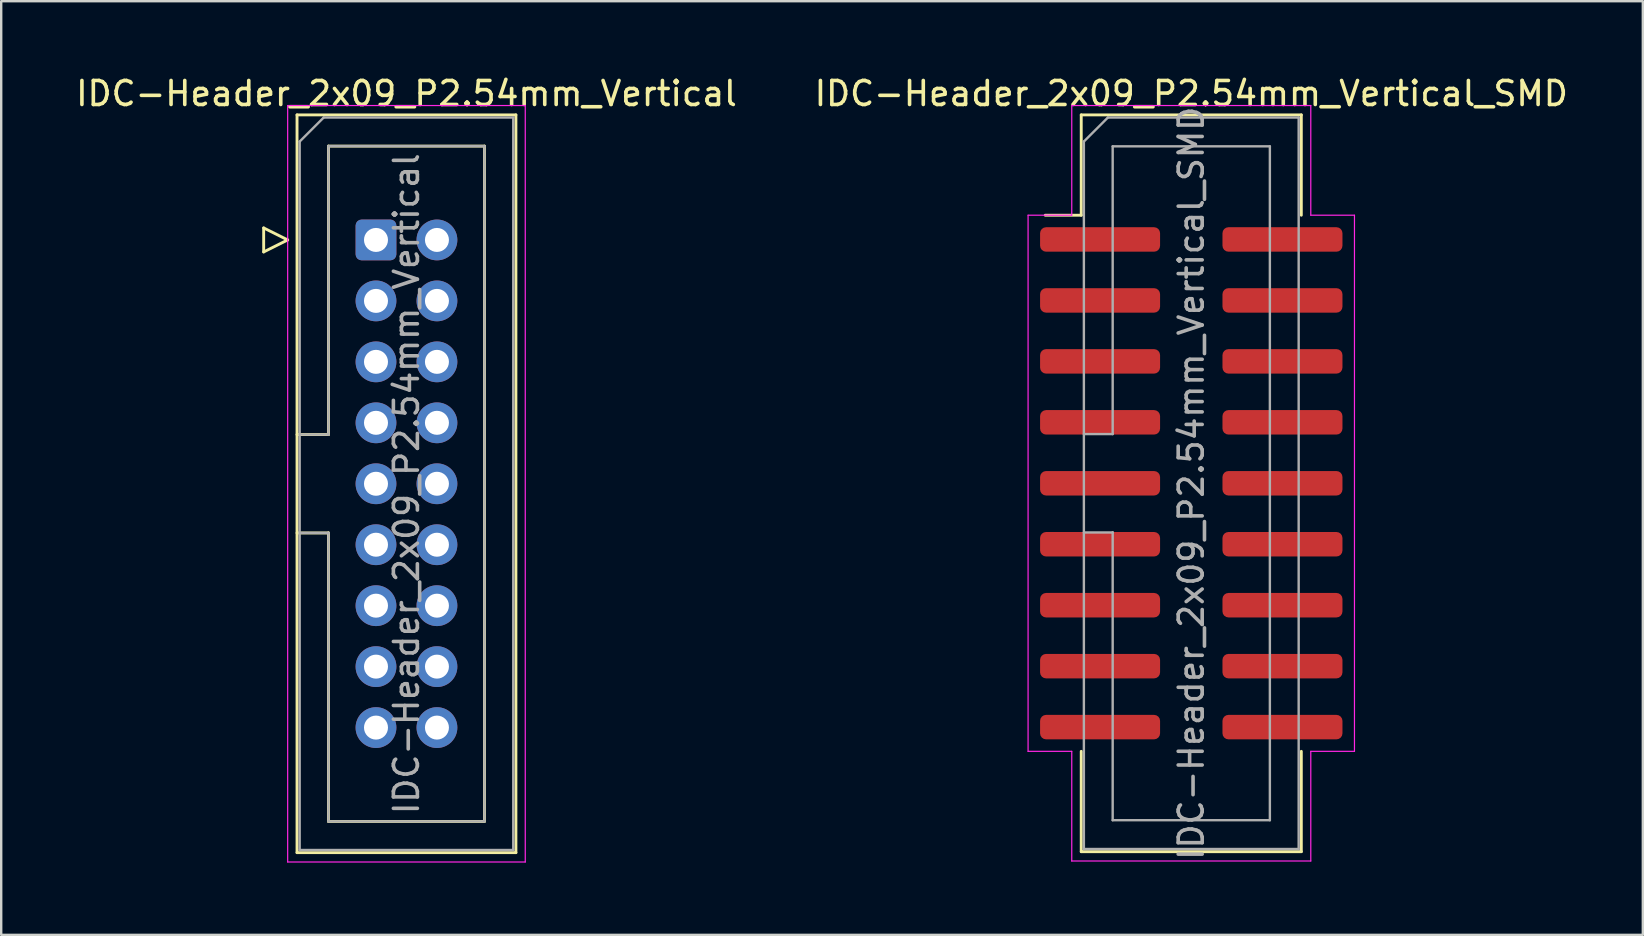
<source format=kicad_pcb>
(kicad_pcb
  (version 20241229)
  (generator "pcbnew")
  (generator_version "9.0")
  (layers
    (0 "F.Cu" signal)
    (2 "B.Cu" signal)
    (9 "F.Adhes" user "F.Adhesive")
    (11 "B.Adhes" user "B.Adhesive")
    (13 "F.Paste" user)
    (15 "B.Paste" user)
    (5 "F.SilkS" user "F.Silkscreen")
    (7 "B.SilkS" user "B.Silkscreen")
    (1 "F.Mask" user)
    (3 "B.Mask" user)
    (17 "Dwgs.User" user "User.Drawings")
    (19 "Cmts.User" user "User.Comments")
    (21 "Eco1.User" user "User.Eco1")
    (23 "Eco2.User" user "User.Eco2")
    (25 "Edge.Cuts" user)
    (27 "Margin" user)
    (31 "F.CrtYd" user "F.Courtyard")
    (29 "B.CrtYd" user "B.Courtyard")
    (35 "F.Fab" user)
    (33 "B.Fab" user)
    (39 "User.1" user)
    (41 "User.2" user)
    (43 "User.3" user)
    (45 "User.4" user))
  (footprint "IDC-Header_2x09_P2.54mm_Vertical"
    (layer "F.Cu")
    (at 12.617 6.948)
    (property "Reference" "IDC-Header_2x09_P2.54mm_Vertical" (at 1.27 -6.1 0) (layer "F.SilkS") (effects (font (size 1 1) (thickness 0.15))))
    (attr through_hole)
    (fp_line (start -4.68 -0.5) (end -4.68 0.5) (stroke (width 0.12) (type solid)) (layer "F.SilkS"))
    (fp_line (start -4.68 0.5) (end -3.68 0) (stroke (width 0.12) (type solid)) (layer "F.SilkS"))
    (fp_line (start -3.68 0) (end -4.68 -0.5) (stroke (width 0.12) (type solid)) (layer "F.SilkS"))
    (fp_line (start -3.29 -5.21) (end 5.83 -5.21) (stroke (width 0.12) (type solid)) (layer "F.SilkS"))
    (fp_line (start -3.29 8.11) (end -1.98 8.11) (stroke (width 0.12) (type solid)) (layer "F.SilkS"))
    (fp_line (start -3.29 25.53) (end -3.29 -5.21) (stroke (width 0.12) (type solid)) (layer "F.SilkS"))
    (fp_line (start -1.98 -3.91) (end 4.52 -3.91) (stroke (width 0.12) (type solid)) (layer "F.SilkS"))
    (fp_line (start -1.98 8.11) (end -1.98 -3.91) (stroke (width 0.12) (type solid)) (layer "F.SilkS"))
    (fp_line (start -1.98 12.21) (end -3.29 12.21) (stroke (width 0.12) (type solid)) (layer "F.SilkS"))
    (fp_line (start -1.98 12.21) (end -1.98 12.21) (stroke (width 0.12) (type solid)) (layer "F.SilkS"))
    (fp_line (start -1.98 24.23) (end -1.98 12.21) (stroke (width 0.12) (type solid)) (layer "F.SilkS"))
    (fp_line (start 4.52 -3.91) (end 4.52 24.23) (stroke (width 0.12) (type solid)) (layer "F.SilkS"))
    (fp_line (start 4.52 24.23) (end -1.98 24.23) (stroke (width 0.12) (type solid)) (layer "F.SilkS"))
    (fp_line (start 5.83 -5.21) (end 5.83 25.53) (stroke (width 0.12) (type solid)) (layer "F.SilkS"))
    (fp_line (start 5.83 25.53) (end -3.29 25.53) (stroke (width 0.12) (type solid)) (layer "F.SilkS"))
    (fp_line (start -3.68 -5.6) (end -3.68 25.92) (stroke (width 0.05) (type solid)) (layer "F.CrtYd"))
    (fp_line (start -3.68 25.92) (end 6.22 25.92) (stroke (width 0.05) (type solid)) (layer "F.CrtYd"))
    (fp_line (start 6.22 -5.6) (end -3.68 -5.6) (stroke (width 0.05) (type solid)) (layer "F.CrtYd"))
    (fp_line (start 6.22 25.92) (end 6.22 -5.6) (stroke (width 0.05) (type solid)) (layer "F.CrtYd"))
    (fp_line (start -3.18 -4.1) (end -2.18 -5.1) (stroke (width 0.1) (type solid)) (layer "F.Fab"))
    (fp_line (start -3.18 8.11) (end -1.98 8.11) (stroke (width 0.1) (type solid)) (layer "F.Fab"))
    (fp_line (start -3.18 25.42) (end -3.18 -4.1) (stroke (width 0.1) (type solid)) (layer "F.Fab"))
    (fp_line (start -2.18 -5.1) (end 5.72 -5.1) (stroke (width 0.1) (type solid)) (layer "F.Fab"))
    (fp_line (start -1.98 -3.91) (end 4.52 -3.91) (stroke (width 0.1) (type solid)) (layer "F.Fab"))
    (fp_line (start -1.98 8.11) (end -1.98 -3.91) (stroke (width 0.1) (type solid)) (layer "F.Fab"))
    (fp_line (start -1.98 12.21) (end -3.18 12.21) (stroke (width 0.1) (type solid)) (layer "F.Fab"))
    (fp_line (start -1.98 12.21) (end -1.98 12.21) (stroke (width 0.1) (type solid)) (layer "F.Fab"))
    (fp_line (start -1.98 24.23) (end -1.98 12.21) (stroke (width 0.1) (type solid)) (layer "F.Fab"))
    (fp_line (start 4.52 -3.91) (end 4.52 24.23) (stroke (width 0.1) (type solid)) (layer "F.Fab"))
    (fp_line (start 4.52 24.23) (end -1.98 24.23) (stroke (width 0.1) (type solid)) (layer "F.Fab"))
    (fp_line (start 5.72 -5.1) (end 5.72 25.42) (stroke (width 0.1) (type solid)) (layer "F.Fab"))
    (fp_line (start 5.72 25.42) (end -3.18 25.42) (stroke (width 0.1) (type solid)) (layer "F.Fab"))
    (fp_text user "${REFERENCE}" (at 1.27 10.16 90) (layer "F.Fab") (effects (font (size 1 1) (thickness 0.15))))
    (pad "1" thru_hole roundrect (at 0 0) (size 1.7 1.7) (drill 1) (layers "*.Cu" "*.Mask") (roundrect_rratio 0.147))
    (pad "2" thru_hole circle (at 2.54 0) (size 1.7 1.7) (drill 1) (layers "*.Cu" "*.Mask"))
    (pad "3" thru_hole circle (at 0 2.54) (size 1.7 1.7) (drill 1) (layers "*.Cu" "*.Mask"))
    (pad "4" thru_hole circle (at 2.54 2.54) (size 1.7 1.7) (drill 1) (layers "*.Cu" "*.Mask"))
    (pad "5" thru_hole circle (at 0 5.08) (size 1.7 1.7) (drill 1) (layers "*.Cu" "*.Mask"))
    (pad "6" thru_hole circle (at 2.54 5.08) (size 1.7 1.7) (drill 1) (layers "*.Cu" "*.Mask"))
    (pad "7" thru_hole circle (at 0 7.62) (size 1.7 1.7) (drill 1) (layers "*.Cu" "*.Mask"))
    (pad "8" thru_hole circle (at 2.54 7.62) (size 1.7 1.7) (drill 1) (layers "*.Cu" "*.Mask"))
    (pad "9" thru_hole circle (at 0 10.16) (size 1.7 1.7) (drill 1) (layers "*.Cu" "*.Mask"))
    (pad "10" thru_hole circle (at 2.54 10.16) (size 1.7 1.7) (drill 1) (layers "*.Cu" "*.Mask"))
    (pad "11" thru_hole circle (at 0 12.7) (size 1.7 1.7) (drill 1) (layers "*.Cu" "*.Mask"))
    (pad "12" thru_hole circle (at 2.54 12.7) (size 1.7 1.7) (drill 1) (layers "*.Cu" "*.Mask"))
    (pad "13" thru_hole circle (at 0 15.24) (size 1.7 1.7) (drill 1) (layers "*.Cu" "*.Mask"))
    (pad "14" thru_hole circle (at 2.54 15.24) (size 1.7 1.7) (drill 1) (layers "*.Cu" "*.Mask"))
    (pad "15" thru_hole circle (at 0 17.78) (size 1.7 1.7) (drill 1) (layers "*.Cu" "*.Mask"))
    (pad "16" thru_hole circle (at 2.54 17.78) (size 1.7 1.7) (drill 1) (layers "*.Cu" "*.Mask"))
    (pad "17" thru_hole circle (at 0 20.32) (size 1.7 1.7) (drill 1) (layers "*.Cu" "*.Mask"))
    (pad "18" thru_hole circle (at 2.54 20.32) (size 1.7 1.7) (drill 1) (layers "*.Cu" "*.Mask")))
  (footprint "IDC-Header_2x09_P2.54mm_Vertical_SMD"
    (layer "F.Cu")
    (at 46.589 17.088)
    (property "Reference" "IDC-Header_2x09_P2.54mm_Vertical_SMD" (at 0 -16.24 0) (layer "F.SilkS") (effects (font (size 1 1) (thickness 0.15))))
    (attr smd)
    (fp_line (start -4.585 -15.35) (end 4.585 -15.35) (stroke (width 0.12) (type solid)) (layer "F.SilkS"))
    (fp_line (start -4.585 -11.17) (end -6.085 -11.17) (stroke (width 0.12) (type solid)) (layer "F.SilkS"))
    (fp_line (start -4.585 -11.17) (end -4.585 -15.35) (stroke (width 0.12) (type solid)) (layer "F.SilkS"))
    (fp_line (start -4.585 11.17) (end -4.585 15.35) (stroke (width 0.12) (type solid)) (layer "F.SilkS"))
    (fp_line (start -4.585 15.35) (end 4.585 15.35) (stroke (width 0.12) (type solid)) (layer "F.SilkS"))
    (fp_line (start 4.585 -15.35) (end 4.585 -11.17) (stroke (width 0.12) (type solid)) (layer "F.SilkS"))
    (fp_line (start 4.585 15.35) (end 4.585 11.17) (stroke (width 0.12) (type solid)) (layer "F.SilkS"))
    (fp_line (start -6.8 -11.17) (end -6.8 11.17) (stroke (width 0.05) (type solid)) (layer "F.CrtYd"))
    (fp_line (start -6.8 11.17) (end -4.98 11.17) (stroke (width 0.05) (type solid)) (layer "F.CrtYd"))
    (fp_line (start -4.98 -15.74) (end -4.98 -11.17) (stroke (width 0.05) (type solid)) (layer "F.CrtYd"))
    (fp_line (start -4.98 -11.17) (end -6.8 -11.17) (stroke (width 0.05) (type solid)) (layer "F.CrtYd"))
    (fp_line (start -4.98 11.17) (end -4.98 15.74) (stroke (width 0.05) (type solid)) (layer "F.CrtYd"))
    (fp_line (start -4.98 15.74) (end 4.98 15.74) (stroke (width 0.05) (type solid)) (layer "F.CrtYd"))
    (fp_line (start 4.98 -15.74) (end -4.98 -15.74) (stroke (width 0.05) (type solid)) (layer "F.CrtYd"))
    (fp_line (start 4.98 -11.17) (end 4.98 -15.74) (stroke (width 0.05) (type solid)) (layer "F.CrtYd"))
    (fp_line (start 4.98 11.17) (end 6.8 11.17) (stroke (width 0.05) (type solid)) (layer "F.CrtYd"))
    (fp_line (start 4.98 15.74) (end 4.98 11.17) (stroke (width 0.05) (type solid)) (layer "F.CrtYd"))
    (fp_line (start 6.8 -11.17) (end 4.98 -11.17) (stroke (width 0.05) (type solid)) (layer "F.CrtYd"))
    (fp_line (start 6.8 11.17) (end 6.8 -11.17) (stroke (width 0.05) (type solid)) (layer "F.CrtYd"))
    (fp_line (start -4.475 -14.24) (end -3.475 -15.24) (stroke (width 0.1) (type solid)) (layer "F.Fab"))
    (fp_line (start -4.475 -2.05) (end -3.275 -2.05) (stroke (width 0.1) (type solid)) (layer "F.Fab"))
    (fp_line (start -4.475 15.24) (end -4.475 -14.24) (stroke (width 0.1) (type solid)) (layer "F.Fab"))
    (fp_line (start -3.475 -15.24) (end 4.475 -15.24) (stroke (width 0.1) (type solid)) (layer "F.Fab"))
    (fp_line (start -3.275 -14.04) (end 3.275 -14.04) (stroke (width 0.1) (type solid)) (layer "F.Fab"))
    (fp_line (start -3.275 -2.05) (end -3.275 -14.04) (stroke (width 0.1) (type solid)) (layer "F.Fab"))
    (fp_line (start -3.275 2.05) (end -4.475 2.05) (stroke (width 0.1) (type solid)) (layer "F.Fab"))
    (fp_line (start -3.275 2.05) (end -3.275 2.05) (stroke (width 0.1) (type solid)) (layer "F.Fab"))
    (fp_line (start -3.275 14.04) (end -3.275 2.05) (stroke (width 0.1) (type solid)) (layer "F.Fab"))
    (fp_line (start 3.275 -14.04) (end 3.275 14.04) (stroke (width 0.1) (type solid)) (layer "F.Fab"))
    (fp_line (start 3.275 14.04) (end -3.275 14.04) (stroke (width 0.1) (type solid)) (layer "F.Fab"))
    (fp_line (start 4.475 -15.24) (end 4.475 15.24) (stroke (width 0.1) (type solid)) (layer "F.Fab"))
    (fp_line (start 4.475 15.24) (end -4.475 15.24) (stroke (width 0.1) (type solid)) (layer "F.Fab"))
    (fp_text user "${REFERENCE}" (at 0 0 90) (layer "F.Fab") (effects (font (size 1 1) (thickness 0.15))))
    (pad "1" smd roundrect (at -3.8 -10.16) (size 5 1.02) (layers "F.Cu" "F.Mask" "F.Paste") (roundrect_rratio 0.245))
    (pad "2" smd roundrect (at 3.8 -10.16) (size 5 1.02) (layers "F.Cu" "F.Mask" "F.Paste") (roundrect_rratio 0.245))
    (pad "3" smd roundrect (at -3.8 -7.62) (size 5 1.02) (layers "F.Cu" "F.Mask" "F.Paste") (roundrect_rratio 0.245))
    (pad "4" smd roundrect (at 3.8 -7.62) (size 5 1.02) (layers "F.Cu" "F.Mask" "F.Paste") (roundrect_rratio 0.245))
    (pad "5" smd roundrect (at -3.8 -5.08) (size 5 1.02) (layers "F.Cu" "F.Mask" "F.Paste") (roundrect_rratio 0.245))
    (pad "6" smd roundrect (at 3.8 -5.08) (size 5 1.02) (layers "F.Cu" "F.Mask" "F.Paste") (roundrect_rratio 0.245))
    (pad "7" smd roundrect (at -3.8 -2.54) (size 5 1.02) (layers "F.Cu" "F.Mask" "F.Paste") (roundrect_rratio 0.245))
    (pad "8" smd roundrect (at 3.8 -2.54) (size 5 1.02) (layers "F.Cu" "F.Mask" "F.Paste") (roundrect_rratio 0.245))
    (pad "9" smd roundrect (at -3.8 0) (size 5 1.02) (layers "F.Cu" "F.Mask" "F.Paste") (roundrect_rratio 0.245))
    (pad "10" smd roundrect (at 3.8 0) (size 5 1.02) (layers "F.Cu" "F.Mask" "F.Paste") (roundrect_rratio 0.245))
    (pad "11" smd roundrect (at -3.8 2.54) (size 5 1.02) (layers "F.Cu" "F.Mask" "F.Paste") (roundrect_rratio 0.245))
    (pad "12" smd roundrect (at 3.8 2.54) (size 5 1.02) (layers "F.Cu" "F.Mask" "F.Paste") (roundrect_rratio 0.245))
    (pad "13" smd roundrect (at -3.8 5.08) (size 5 1.02) (layers "F.Cu" "F.Mask" "F.Paste") (roundrect_rratio 0.245))
    (pad "14" smd roundrect (at 3.8 5.08) (size 5 1.02) (layers "F.Cu" "F.Mask" "F.Paste") (roundrect_rratio 0.245))
    (pad "15" smd roundrect (at -3.8 7.62) (size 5 1.02) (layers "F.Cu" "F.Mask" "F.Paste") (roundrect_rratio 0.245))
    (pad "16" smd roundrect (at 3.8 7.62) (size 5 1.02) (layers "F.Cu" "F.Mask" "F.Paste") (roundrect_rratio 0.245))
    (pad "17" smd roundrect (at -3.8 10.16) (size 5 1.02) (layers "F.Cu" "F.Mask" "F.Paste") (roundrect_rratio 0.245))
    (pad "18" smd roundrect (at 3.8 10.16) (size 5 1.02) (layers "F.Cu" "F.Mask" "F.Paste") (roundrect_rratio 0.245)))
  (gr_rect
    (start -3 -3)
    (end 65.405 35.904)
    (stroke (width 0.1) (type default))
    (fill no)
    (layer "Edge.Cuts")))
</source>
